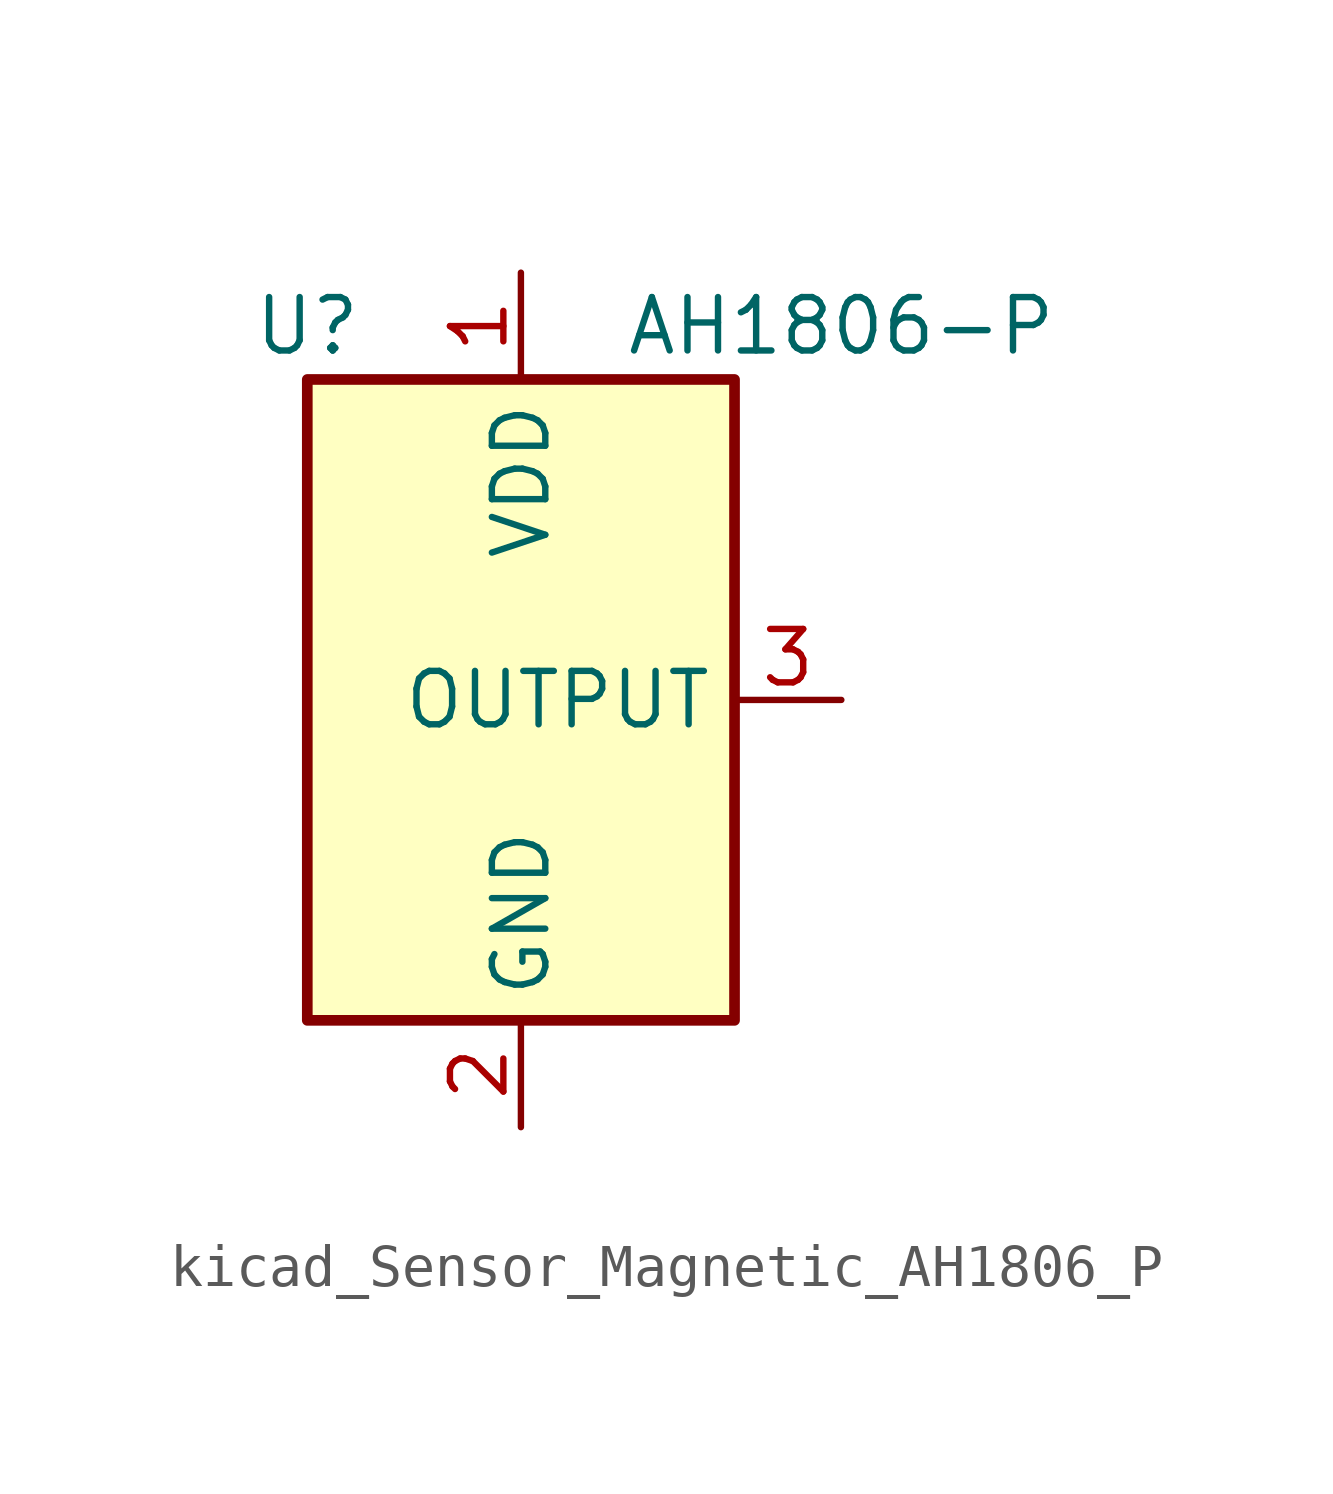
<source format=kicad_sym>
(kicad_symbol_lib
  (version 20220914)
  (generator kicad_symbol_editor)
  (symbol "kicad_Sensor_Magnetic_AH1806_P"
    (property "Reference" "U"
      (at -5.08 8.89 0)
      (effects (font (size 1.27 1.27))))
    (property "Value" "AH1806-P"
      (at 7.62 8.89 0)
      (effects (font (size 1.27 1.27))))
    (symbol "kicad_Sensor_Magnetic_AH1806_P_0_1"
      (rectangle (start 5.08 7.62) (end -5.08 -7.62) (stroke (width 0.254) (type default)) (fill (type background))))
    (symbol "kicad_Sensor_Magnetic_AH1806_P_1_1"
      (pin power_in line (at 0 10.16 270) (length 2.54) (name "VDD" (effects (font (size 1.27 1.27)))) (number "1" (effects (font (size 1.27 1.27)))))
      (pin power_in line (at 0 -10.16 90) (length 2.54) (name "GND" (effects (font (size 1.27 1.27)))) (number "2" (effects (font (size 1.27 1.27)))))
      (pin open_collector line (at 7.62 0 180) (length 2.54) (name "OUTPUT" (effects (font (size 1.27 1.27)))) (number "3" (effects (font (size 1.27 1.27))))))))
</source>
